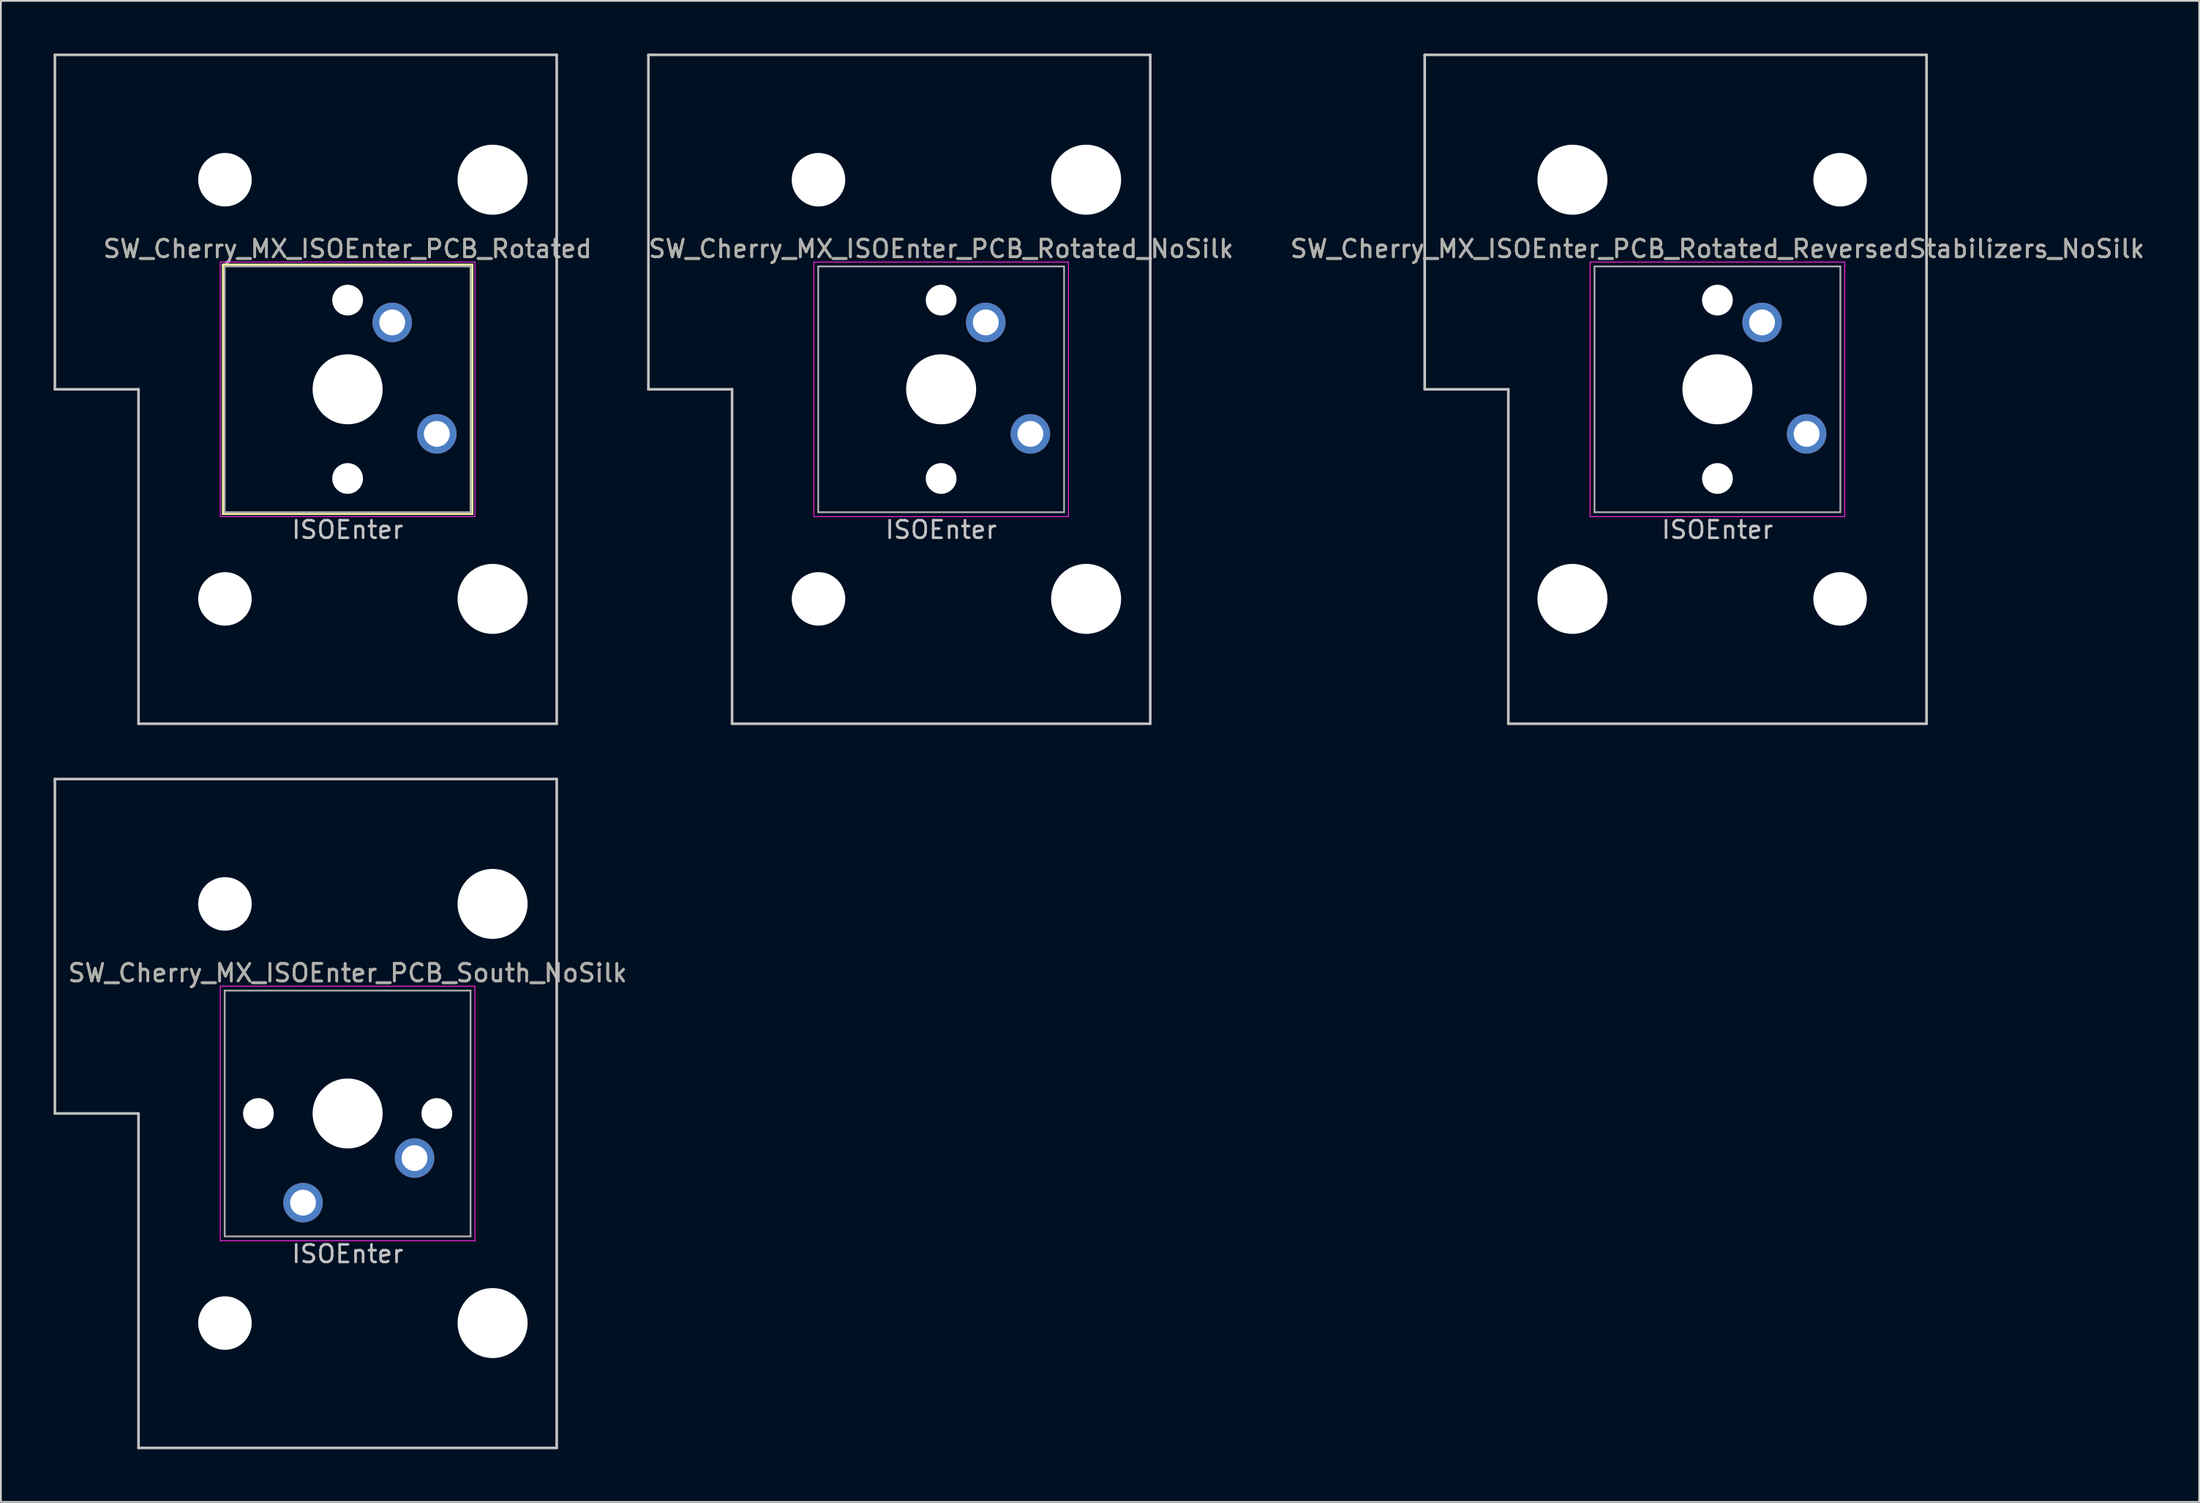
<source format=kicad_pcb>
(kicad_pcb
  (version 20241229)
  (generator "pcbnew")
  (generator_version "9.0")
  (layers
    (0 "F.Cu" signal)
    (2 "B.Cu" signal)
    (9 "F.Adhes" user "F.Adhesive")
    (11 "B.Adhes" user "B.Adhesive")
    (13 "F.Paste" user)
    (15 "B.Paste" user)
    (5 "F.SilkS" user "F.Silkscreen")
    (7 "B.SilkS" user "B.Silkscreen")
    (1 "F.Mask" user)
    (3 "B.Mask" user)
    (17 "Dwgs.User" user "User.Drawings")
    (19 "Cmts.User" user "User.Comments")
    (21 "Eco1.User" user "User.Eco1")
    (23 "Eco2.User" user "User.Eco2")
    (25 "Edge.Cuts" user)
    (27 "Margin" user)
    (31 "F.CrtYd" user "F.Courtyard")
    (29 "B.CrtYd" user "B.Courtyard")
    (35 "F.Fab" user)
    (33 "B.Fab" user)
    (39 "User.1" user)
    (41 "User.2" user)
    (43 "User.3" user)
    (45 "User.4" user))
  (footprint "SW_Cherry_MX_ISOEnter_PCB_South_NoSilk"
    (layer "F.Cu")
    (at 16.744 60.375)
    (property "Reference" "SW_Cherry_MX_ISOEnter_PCB_South_NoSilk" (at 0 -8 0) (layer "F.SilkS") (effects (font (size 1 1) (thickness 0.15))))
    (attr through_hole)
    (fp_line (start -16.669 -19.05) (end -16.669 0) (stroke (width 0.15) (type solid)) (layer "Dwgs.User"))
    (fp_line (start -16.669 -19.05) (end 11.906 -19.05) (stroke (width 0.15) (type solid)) (layer "Dwgs.User"))
    (fp_line (start -11.906 0) (end -16.669 0) (stroke (width 0.15) (type solid)) (layer "Dwgs.User"))
    (fp_line (start -11.906 19.05) (end -11.906 0) (stroke (width 0.15) (type solid)) (layer "Dwgs.User"))
    (fp_line (start -11.906 19.05) (end 11.906 19.05) (stroke (width 0.15) (type solid)) (layer "Dwgs.User"))
    (fp_line (start 11.906 -19.05) (end 11.906 19.05) (stroke (width 0.15) (type solid)) (layer "Dwgs.User"))
    (fp_line (start -7.25 -7.25) (end 7.25 -7.25) (stroke (width 0.05) (type solid)) (layer "F.CrtYd"))
    (fp_line (start -7.25 7.25) (end -7.25 -7.25) (stroke (width 0.05) (type solid)) (layer "F.CrtYd"))
    (fp_line (start 7.25 -7.25) (end 7.25 7.25) (stroke (width 0.05) (type solid)) (layer "F.CrtYd"))
    (fp_line (start 7.25 7.25) (end -7.25 7.25) (stroke (width 0.05) (type solid)) (layer "F.CrtYd"))
    (fp_line (start -7 -7) (end 7 -7) (stroke (width 0.1) (type solid)) (layer "F.Fab"))
    (fp_line (start -7 7) (end -7 -7) (stroke (width 0.1) (type solid)) (layer "F.Fab"))
    (fp_line (start 7 -7) (end 7 7) (stroke (width 0.1) (type solid)) (layer "F.Fab"))
    (fp_line (start 7 7) (end -7 7) (stroke (width 0.1) (type solid)) (layer "F.Fab"))
    (fp_text user "ISOEnter" (at 0 8 0) (layer "Dwgs.User") (effects (font (size 1 1) (thickness 0.15))))
    (fp_text user "${REFERENCE}" (at 0 -8 0) (layer "F.Fab") (effects (font (size 1 1) (thickness 0.15))))
    (pad "" np_thru_hole circle (at -6.985 -11.938) (size 3.048 3.048) (drill 3.048) (layers "*.Cu" "*.Mask"))
    (pad "" np_thru_hole circle (at -6.985 11.938) (size 3.048 3.048) (drill 3.048) (layers "*.Cu" "*.Mask"))
    (pad "" np_thru_hole circle (at -5.08 0 228.1) (size 1.75 1.75) (drill 1.75) (layers "*.Cu" "*.Mask"))
    (pad "" np_thru_hole circle (at 0 0 180) (size 3.988 3.988) (drill 3.988) (layers "*.Cu" "*.Mask"))
    (pad "" np_thru_hole circle (at 5.08 0 228.1) (size 1.75 1.75) (drill 1.75) (layers "*.Cu" "*.Mask"))
    (pad "" np_thru_hole circle (at 8.255 -11.938) (size 3.988 3.988) (drill 3.988) (layers "*.Cu" "*.Mask"))
    (pad "" np_thru_hole circle (at 8.255 11.938) (size 3.988 3.988) (drill 3.988) (layers "*.Cu" "*.Mask"))
    (pad "1" thru_hole circle (at 3.81 2.54 180) (size 2.25 2.25) (drill 1.47) (layers "*.Cu" "B.Mask"))
    (pad "2" thru_hole circle (at -2.54 5.08 180) (size 2.25 2.25) (drill 1.47) (layers "*.Cu" "B.Mask")))
  (footprint "SW_Cherry_MX_ISOEnter_PCB_Rotated_ReversedStabilizers_NoSilk"
    (layer "F.Cu")
    (at 94.744 19.125)
    (property "Reference" "SW_Cherry_MX_ISOEnter_PCB_Rotated_ReversedStabilizers_NoSilk" (at 0 -8 0) (layer "F.SilkS") (effects (font (size 1 1) (thickness 0.15))))
    (attr through_hole)
    (fp_line (start -16.669 -19.05) (end -16.669 0) (stroke (width 0.15) (type solid)) (layer "Dwgs.User"))
    (fp_line (start -16.669 -19.05) (end 11.906 -19.05) (stroke (width 0.15) (type solid)) (layer "Dwgs.User"))
    (fp_line (start -11.906 0) (end -16.669 0) (stroke (width 0.15) (type solid)) (layer "Dwgs.User"))
    (fp_line (start -11.906 19.05) (end -11.906 0) (stroke (width 0.15) (type solid)) (layer "Dwgs.User"))
    (fp_line (start -11.906 19.05) (end 11.906 19.05) (stroke (width 0.15) (type solid)) (layer "Dwgs.User"))
    (fp_line (start 11.906 -19.05) (end 11.906 19.05) (stroke (width 0.15) (type solid)) (layer "Dwgs.User"))
    (fp_line (start -7.25 -7.25) (end 7.25 -7.25) (stroke (width 0.05) (type solid)) (layer "F.CrtYd"))
    (fp_line (start -7.25 7.25) (end -7.25 -7.25) (stroke (width 0.05) (type solid)) (layer "F.CrtYd"))
    (fp_line (start 7.25 -7.25) (end 7.25 7.25) (stroke (width 0.05) (type solid)) (layer "F.CrtYd"))
    (fp_line (start 7.25 7.25) (end -7.25 7.25) (stroke (width 0.05) (type solid)) (layer "F.CrtYd"))
    (fp_line (start -7 -7) (end 7 -7) (stroke (width 0.1) (type solid)) (layer "F.Fab"))
    (fp_line (start -7 7) (end -7 -7) (stroke (width 0.1) (type solid)) (layer "F.Fab"))
    (fp_line (start 7 -7) (end 7 7) (stroke (width 0.1) (type solid)) (layer "F.Fab"))
    (fp_line (start 7 7) (end -7 7) (stroke (width 0.1) (type solid)) (layer "F.Fab"))
    (fp_text user "ISOEnter" (at 0 8 0) (layer "Dwgs.User") (effects (font (size 1 1) (thickness 0.15))))
    (fp_text user "${REFERENCE}" (at 0 -8 0) (layer "F.Fab") (effects (font (size 1 1) (thickness 0.15))))
    (pad "" np_thru_hole circle (at -8.255 -11.938) (size 3.988 3.988) (drill 3.988) (layers "*.Cu" "*.Mask"))
    (pad "" np_thru_hole circle (at -8.255 11.938) (size 3.988 3.988) (drill 3.988) (layers "*.Cu" "*.Mask"))
    (pad "" np_thru_hole circle (at 0 -5.08 48.1) (size 1.75 1.75) (drill 1.75) (layers "*.Cu" "*.Mask"))
    (pad "" np_thru_hole circle (at 0 0) (size 3.988 3.988) (drill 3.988) (layers "*.Cu" "*.Mask"))
    (pad "" np_thru_hole circle (at 0 5.08 48.1) (size 1.75 1.75) (drill 1.75) (layers "*.Cu" "*.Mask"))
    (pad "" np_thru_hole circle (at 6.985 -11.938) (size 3.048 3.048) (drill 3.048) (layers "*.Cu" "*.Mask"))
    (pad "" np_thru_hole circle (at 6.985 11.938) (size 3.048 3.048) (drill 3.048) (layers "*.Cu" "*.Mask"))
    (pad "1" thru_hole circle (at 2.54 -3.81) (size 2.25 2.25) (drill 1.47) (layers "*.Cu" "B.Mask"))
    (pad "2" thru_hole circle (at 5.08 2.54) (size 2.25 2.25) (drill 1.47) (layers "*.Cu" "B.Mask")))
  (footprint "SW_Cherry_MX_ISOEnter_PCB_Rotated"
    (layer "F.Cu")
    (at 16.744 19.125)
    (property "Reference" "SW_Cherry_MX_ISOEnter_PCB_Rotated" (at 0 -8 0) (layer "F.SilkS") (effects (font (size 1 1) (thickness 0.15))))
    (attr through_hole)
    (fp_line (start -7.1 -7.1) (end 7.1 -7.1) (stroke (width 0.12) (type solid)) (layer "F.SilkS"))
    (fp_line (start -7.1 7.1) (end -7.1 -7.1) (stroke (width 0.12) (type solid)) (layer "F.SilkS"))
    (fp_line (start 7.1 -7.1) (end 7.1 7.1) (stroke (width 0.12) (type solid)) (layer "F.SilkS"))
    (fp_line (start 7.1 7.1) (end -7.1 7.1) (stroke (width 0.12) (type solid)) (layer "F.SilkS"))
    (fp_line (start -16.669 -19.05) (end -16.669 0) (stroke (width 0.15) (type solid)) (layer "Dwgs.User"))
    (fp_line (start -16.669 -19.05) (end 11.906 -19.05) (stroke (width 0.15) (type solid)) (layer "Dwgs.User"))
    (fp_line (start -11.906 0) (end -16.669 0) (stroke (width 0.15) (type solid)) (layer "Dwgs.User"))
    (fp_line (start -11.906 19.05) (end -11.906 0) (stroke (width 0.15) (type solid)) (layer "Dwgs.User"))
    (fp_line (start -11.906 19.05) (end 11.906 19.05) (stroke (width 0.15) (type solid)) (layer "Dwgs.User"))
    (fp_line (start 11.906 -19.05) (end 11.906 19.05) (stroke (width 0.15) (type solid)) (layer "Dwgs.User"))
    (fp_line (start -7.25 -7.25) (end 7.25 -7.25) (stroke (width 0.05) (type solid)) (layer "F.CrtYd"))
    (fp_line (start -7.25 7.25) (end -7.25 -7.25) (stroke (width 0.05) (type solid)) (layer "F.CrtYd"))
    (fp_line (start 7.25 -7.25) (end 7.25 7.25) (stroke (width 0.05) (type solid)) (layer "F.CrtYd"))
    (fp_line (start 7.25 7.25) (end -7.25 7.25) (stroke (width 0.05) (type solid)) (layer "F.CrtYd"))
    (fp_line (start -7 -7) (end 7 -7) (stroke (width 0.1) (type solid)) (layer "F.Fab"))
    (fp_line (start -7 7) (end -7 -7) (stroke (width 0.1) (type solid)) (layer "F.Fab"))
    (fp_line (start 7 -7) (end 7 7) (stroke (width 0.1) (type solid)) (layer "F.Fab"))
    (fp_line (start 7 7) (end -7 7) (stroke (width 0.1) (type solid)) (layer "F.Fab"))
    (fp_text user "ISOEnter" (at 0 8 0) (layer "Dwgs.User") (effects (font (size 1 1) (thickness 0.15))))
    (fp_text user "${REFERENCE}" (at 0 -8 0) (layer "F.Fab") (effects (font (size 1 1) (thickness 0.15))))
    (pad "" np_thru_hole circle (at -6.985 -11.938) (size 3.048 3.048) (drill 3.048) (layers "*.Cu" "*.Mask"))
    (pad "" np_thru_hole circle (at -6.985 11.938) (size 3.048 3.048) (drill 3.048) (layers "*.Cu" "*.Mask"))
    (pad "" np_thru_hole circle (at 0 -5.08 48.1) (size 1.75 1.75) (drill 1.75) (layers "*.Cu" "*.Mask"))
    (pad "" np_thru_hole circle (at 0 0) (size 3.988 3.988) (drill 3.988) (layers "*.Cu" "*.Mask"))
    (pad "" np_thru_hole circle (at 0 5.08 48.1) (size 1.75 1.75) (drill 1.75) (layers "*.Cu" "*.Mask"))
    (pad "" np_thru_hole circle (at 8.255 -11.938) (size 3.988 3.988) (drill 3.988) (layers "*.Cu" "*.Mask"))
    (pad "" np_thru_hole circle (at 8.255 11.938) (size 3.988 3.988) (drill 3.988) (layers "*.Cu" "*.Mask"))
    (pad "1" thru_hole circle (at 2.54 -3.81) (size 2.25 2.25) (drill 1.47) (layers "*.Cu" "B.Mask"))
    (pad "2" thru_hole circle (at 5.08 2.54) (size 2.25 2.25) (drill 1.47) (layers "*.Cu" "B.Mask")))
  (footprint "SW_Cherry_MX_ISOEnter_PCB_Rotated_NoSilk"
    (layer "F.Cu")
    (at 50.541 19.125)
    (property "Reference" "SW_Cherry_MX_ISOEnter_PCB_Rotated_NoSilk" (at 0 -8 0) (layer "F.SilkS") (effects (font (size 1 1) (thickness 0.15))))
    (attr through_hole)
    (fp_line (start -16.669 -19.05) (end -16.669 0) (stroke (width 0.15) (type solid)) (layer "Dwgs.User"))
    (fp_line (start -16.669 -19.05) (end 11.906 -19.05) (stroke (width 0.15) (type solid)) (layer "Dwgs.User"))
    (fp_line (start -11.906 0) (end -16.669 0) (stroke (width 0.15) (type solid)) (layer "Dwgs.User"))
    (fp_line (start -11.906 19.05) (end -11.906 0) (stroke (width 0.15) (type solid)) (layer "Dwgs.User"))
    (fp_line (start -11.906 19.05) (end 11.906 19.05) (stroke (width 0.15) (type solid)) (layer "Dwgs.User"))
    (fp_line (start 11.906 -19.05) (end 11.906 19.05) (stroke (width 0.15) (type solid)) (layer "Dwgs.User"))
    (fp_line (start -7.25 -7.25) (end 7.25 -7.25) (stroke (width 0.05) (type solid)) (layer "F.CrtYd"))
    (fp_line (start -7.25 7.25) (end -7.25 -7.25) (stroke (width 0.05) (type solid)) (layer "F.CrtYd"))
    (fp_line (start 7.25 -7.25) (end 7.25 7.25) (stroke (width 0.05) (type solid)) (layer "F.CrtYd"))
    (fp_line (start 7.25 7.25) (end -7.25 7.25) (stroke (width 0.05) (type solid)) (layer "F.CrtYd"))
    (fp_line (start -7 -7) (end 7 -7) (stroke (width 0.1) (type solid)) (layer "F.Fab"))
    (fp_line (start -7 7) (end -7 -7) (stroke (width 0.1) (type solid)) (layer "F.Fab"))
    (fp_line (start 7 -7) (end 7 7) (stroke (width 0.1) (type solid)) (layer "F.Fab"))
    (fp_line (start 7 7) (end -7 7) (stroke (width 0.1) (type solid)) (layer "F.Fab"))
    (fp_text user "ISOEnter" (at 0 8 0) (layer "Dwgs.User") (effects (font (size 1 1) (thickness 0.15))))
    (fp_text user "${REFERENCE}" (at 0 -8 0) (layer "F.Fab") (effects (font (size 1 1) (thickness 0.15))))
    (pad "" np_thru_hole circle (at -6.985 -11.938) (size 3.048 3.048) (drill 3.048) (layers "*.Cu" "*.Mask"))
    (pad "" np_thru_hole circle (at -6.985 11.938) (size 3.048 3.048) (drill 3.048) (layers "*.Cu" "*.Mask"))
    (pad "" np_thru_hole circle (at 0 -5.08 48.1) (size 1.75 1.75) (drill 1.75) (layers "*.Cu" "*.Mask"))
    (pad "" np_thru_hole circle (at 0 0) (size 3.988 3.988) (drill 3.988) (layers "*.Cu" "*.Mask"))
    (pad "" np_thru_hole circle (at 0 5.08 48.1) (size 1.75 1.75) (drill 1.75) (layers "*.Cu" "*.Mask"))
    (pad "" np_thru_hole circle (at 8.255 -11.938) (size 3.988 3.988) (drill 3.988) (layers "*.Cu" "*.Mask"))
    (pad "" np_thru_hole circle (at 8.255 11.938) (size 3.988 3.988) (drill 3.988) (layers "*.Cu" "*.Mask"))
    (pad "1" thru_hole circle (at 2.54 -3.81) (size 2.25 2.25) (drill 1.47) (layers "*.Cu" "B.Mask"))
    (pad "2" thru_hole circle (at 5.08 2.54) (size 2.25 2.25) (drill 1.47) (layers "*.Cu" "B.Mask")))
  (gr_rect
    (start -3 -3)
    (end 122.178 82.5)
    (stroke (width 0.1) (type default))
    (fill no)
    (layer "Edge.Cuts")))
</source>
